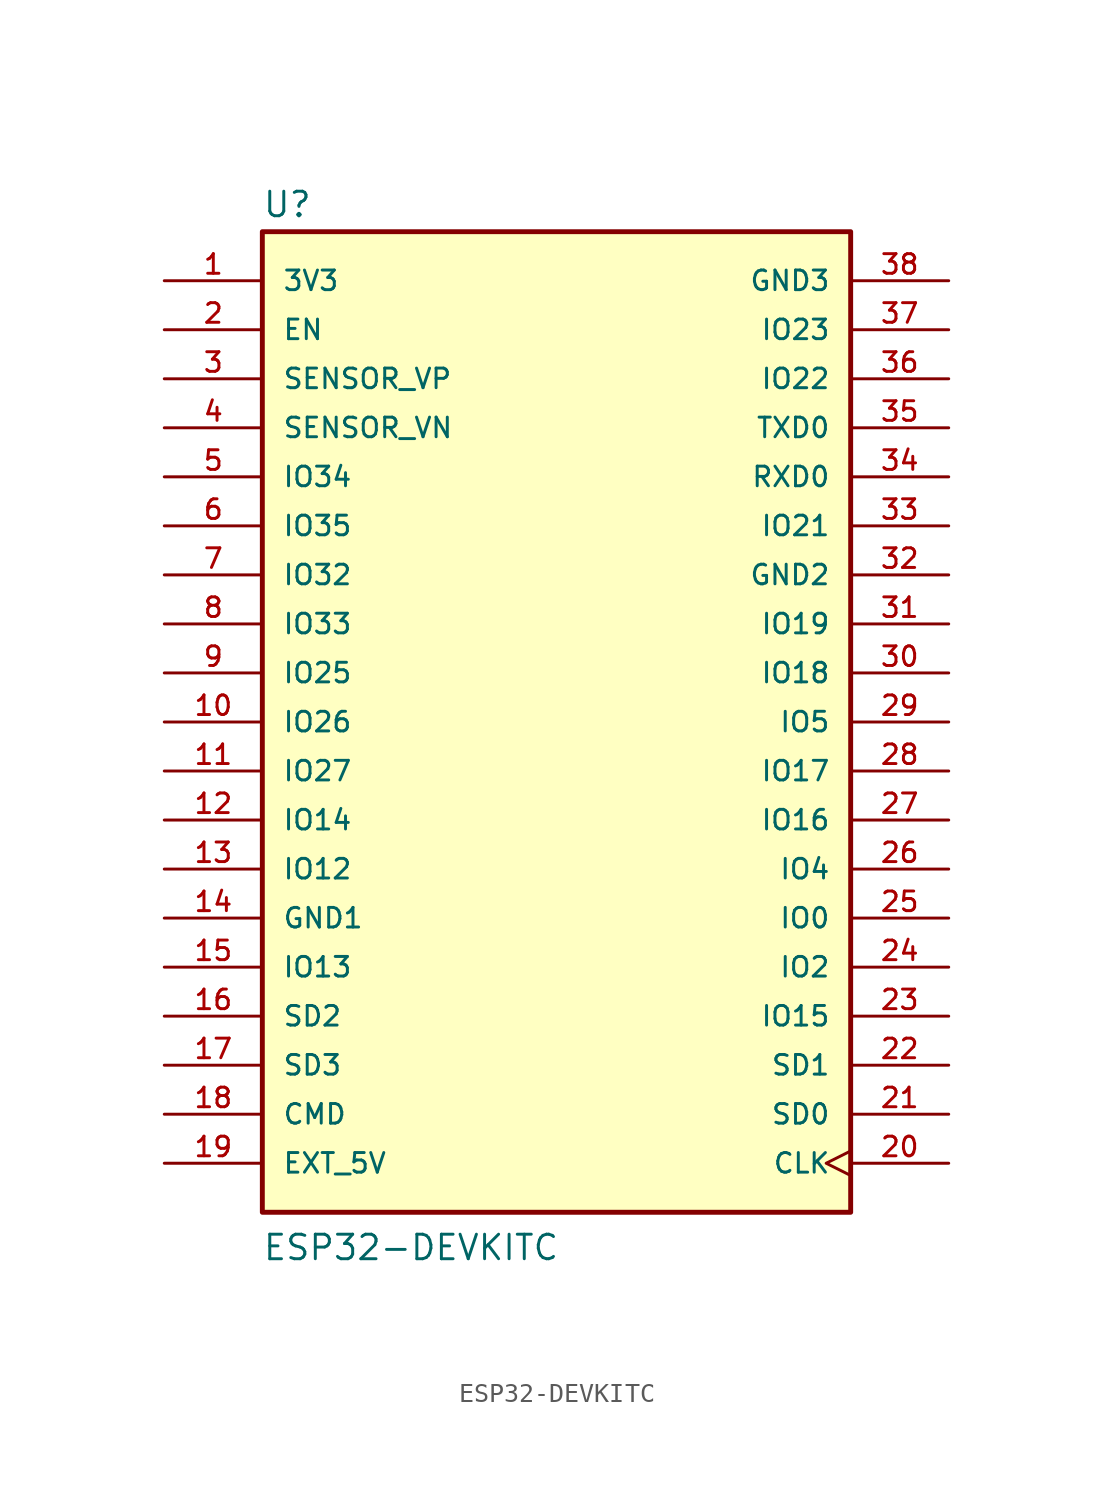
<source format=kicad_sym>
(kicad_symbol_lib
  (version 20211014)
  (generator kicad_symbol_editor)
  (symbol "ESP32-DEVKITC"
    (pin_names
      (offset 1.016))
    (property "Reference" "U"
      (at -15.257 26.064 0)
      (effects (font (size 1.27 1.27)) (justify left bottom)))
    (property "Value" "ESP32-DEVKITC"
      (at -15.256 -27.97 0)
      (effects (font (size 1.27 1.27)) (justify left bottom)))
    (symbol "ESP32-DEVKITC_0_0"
      (rectangle (start -15.24 -25.4) (end 15.24 25.4) (stroke (width 0.254) (type default) (color 0 0 0 0)) (fill (type background)))
      (pin power_in line (at -20.32 22.86 0) (length 5.08) (name "3V3" (effects (font (size 1.016 1.016)))) (number "1" (effects (font (size 1.016 1.016)))))
      (pin bidirectional line (at -20.32 0 0) (length 5.08) (name "IO26" (effects (font (size 1.016 1.016)))) (number "10" (effects (font (size 1.016 1.016)))))
      (pin bidirectional line (at -20.32 -2.54 0) (length 5.08) (name "IO27" (effects (font (size 1.016 1.016)))) (number "11" (effects (font (size 1.016 1.016)))))
      (pin bidirectional line (at -20.32 -5.08 0) (length 5.08) (name "IO14" (effects (font (size 1.016 1.016)))) (number "12" (effects (font (size 1.016 1.016)))))
      (pin bidirectional line (at -20.32 -7.62 0) (length 5.08) (name "IO12" (effects (font (size 1.016 1.016)))) (number "13" (effects (font (size 1.016 1.016)))))
      (pin power_in line (at -20.32 -10.16 0) (length 5.08) (name "GND1" (effects (font (size 1.016 1.016)))) (number "14" (effects (font (size 1.016 1.016)))))
      (pin bidirectional line (at -20.32 -12.7 0) (length 5.08) (name "IO13" (effects (font (size 1.016 1.016)))) (number "15" (effects (font (size 1.016 1.016)))))
      (pin bidirectional line (at -20.32 -15.24 0) (length 5.08) (name "SD2" (effects (font (size 1.016 1.016)))) (number "16" (effects (font (size 1.016 1.016)))))
      (pin bidirectional line (at -20.32 -17.78 0) (length 5.08) (name "SD3" (effects (font (size 1.016 1.016)))) (number "17" (effects (font (size 1.016 1.016)))))
      (pin bidirectional line (at -20.32 -20.32 0) (length 5.08) (name "CMD" (effects (font (size 1.016 1.016)))) (number "18" (effects (font (size 1.016 1.016)))))
      (pin power_in line (at -20.32 -22.86 0) (length 5.08) (name "EXT_5V" (effects (font (size 1.016 1.016)))) (number "19" (effects (font (size 1.016 1.016)))))
      (pin input line (at -20.32 20.32 0) (length 5.08) (name "EN" (effects (font (size 1.016 1.016)))) (number "2" (effects (font (size 1.016 1.016)))))
      (pin input clock (at 20.32 -22.86 180) (length 5.08) (name "CLK" (effects (font (size 1.016 1.016)))) (number "20" (effects (font (size 1.016 1.016)))))
      (pin bidirectional line (at 20.32 -20.32 180) (length 5.08) (name "SD0" (effects (font (size 1.016 1.016)))) (number "21" (effects (font (size 1.016 1.016)))))
      (pin bidirectional line (at 20.32 -17.78 180) (length 5.08) (name "SD1" (effects (font (size 1.016 1.016)))) (number "22" (effects (font (size 1.016 1.016)))))
      (pin bidirectional line (at 20.32 -15.24 180) (length 5.08) (name "IO15" (effects (font (size 1.016 1.016)))) (number "23" (effects (font (size 1.016 1.016)))))
      (pin bidirectional line (at 20.32 -12.7 180) (length 5.08) (name "IO2" (effects (font (size 1.016 1.016)))) (number "24" (effects (font (size 1.016 1.016)))))
      (pin bidirectional line (at 20.32 -10.16 180) (length 5.08) (name "IO0" (effects (font (size 1.016 1.016)))) (number "25" (effects (font (size 1.016 1.016)))))
      (pin bidirectional line (at 20.32 -7.62 180) (length 5.08) (name "IO4" (effects (font (size 1.016 1.016)))) (number "26" (effects (font (size 1.016 1.016)))))
      (pin bidirectional line (at 20.32 -5.08 180) (length 5.08) (name "IO16" (effects (font (size 1.016 1.016)))) (number "27" (effects (font (size 1.016 1.016)))))
      (pin bidirectional line (at 20.32 -2.54 180) (length 5.08) (name "IO17" (effects (font (size 1.016 1.016)))) (number "28" (effects (font (size 1.016 1.016)))))
      (pin bidirectional line (at 20.32 0 180) (length 5.08) (name "IO5" (effects (font (size 1.016 1.016)))) (number "29" (effects (font (size 1.016 1.016)))))
      (pin input line (at -20.32 17.78 0) (length 5.08) (name "SENSOR_VP" (effects (font (size 1.016 1.016)))) (number "3" (effects (font (size 1.016 1.016)))))
      (pin bidirectional line (at 20.32 2.54 180) (length 5.08) (name "IO18" (effects (font (size 1.016 1.016)))) (number "30" (effects (font (size 1.016 1.016)))))
      (pin bidirectional line (at 20.32 5.08 180) (length 5.08) (name "IO19" (effects (font (size 1.016 1.016)))) (number "31" (effects (font (size 1.016 1.016)))))
      (pin power_in line (at 20.32 7.62 180) (length 5.08) (name "GND2" (effects (font (size 1.016 1.016)))) (number "32" (effects (font (size 1.016 1.016)))))
      (pin bidirectional line (at 20.32 10.16 180) (length 5.08) (name "IO21" (effects (font (size 1.016 1.016)))) (number "33" (effects (font (size 1.016 1.016)))))
      (pin input line (at 20.32 12.7 180) (length 5.08) (name "RXD0" (effects (font (size 1.016 1.016)))) (number "34" (effects (font (size 1.016 1.016)))))
      (pin output line (at 20.32 15.24 180) (length 5.08) (name "TXD0" (effects (font (size 1.016 1.016)))) (number "35" (effects (font (size 1.016 1.016)))))
      (pin bidirectional line (at 20.32 17.78 180) (length 5.08) (name "IO22" (effects (font (size 1.016 1.016)))) (number "36" (effects (font (size 1.016 1.016)))))
      (pin bidirectional line (at 20.32 20.32 180) (length 5.08) (name "IO23" (effects (font (size 1.016 1.016)))) (number "37" (effects (font (size 1.016 1.016)))))
      (pin power_in line (at 20.32 22.86 180) (length 5.08) (name "GND3" (effects (font (size 1.016 1.016)))) (number "38" (effects (font (size 1.016 1.016)))))
      (pin input line (at -20.32 15.24 0) (length 5.08) (name "SENSOR_VN" (effects (font (size 1.016 1.016)))) (number "4" (effects (font (size 1.016 1.016)))))
      (pin bidirectional line (at -20.32 12.7 0) (length 5.08) (name "IO34" (effects (font (size 1.016 1.016)))) (number "5" (effects (font (size 1.016 1.016)))))
      (pin bidirectional line (at -20.32 10.16 0) (length 5.08) (name "IO35" (effects (font (size 1.016 1.016)))) (number "6" (effects (font (size 1.016 1.016)))))
      (pin bidirectional line (at -20.32 7.62 0) (length 5.08) (name "IO32" (effects (font (size 1.016 1.016)))) (number "7" (effects (font (size 1.016 1.016)))))
      (pin bidirectional line (at -20.32 5.08 0) (length 5.08) (name "IO33" (effects (font (size 1.016 1.016)))) (number "8" (effects (font (size 1.016 1.016)))))
      (pin bidirectional line (at -20.32 2.54 0) (length 5.08) (name "IO25" (effects (font (size 1.016 1.016)))) (number "9" (effects (font (size 1.016 1.016))))))))
</source>
